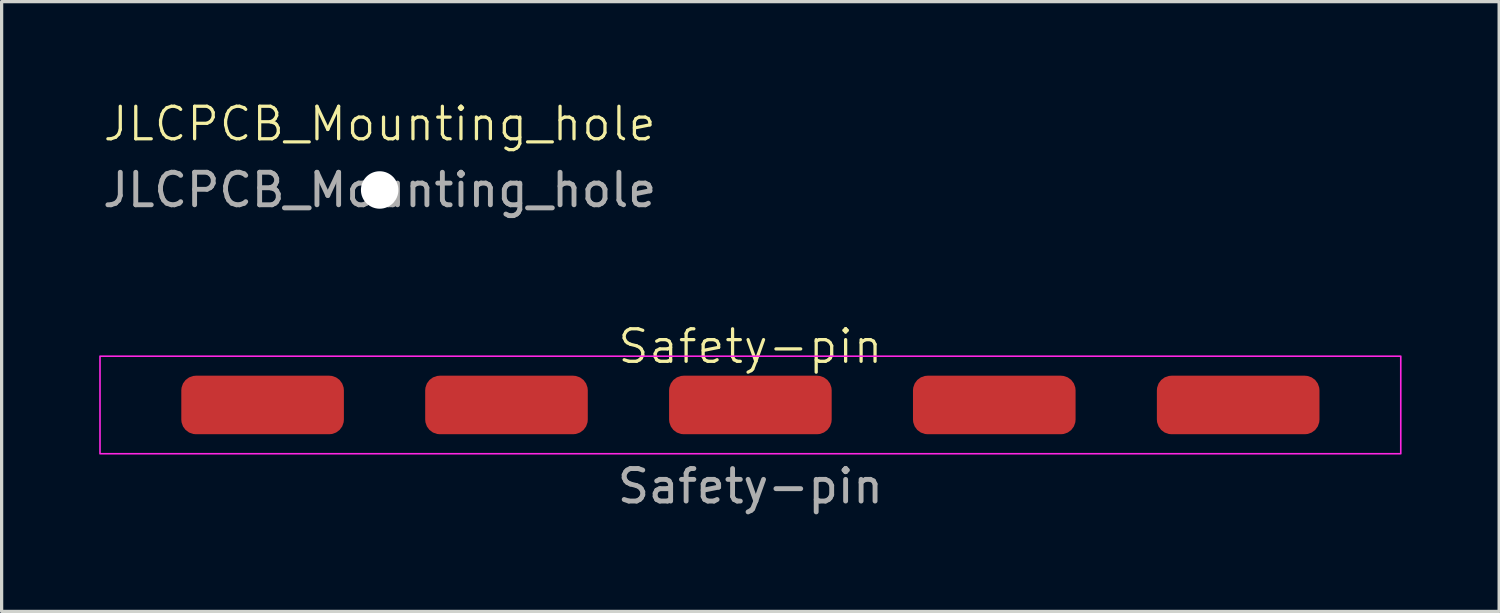
<source format=kicad_pcb>
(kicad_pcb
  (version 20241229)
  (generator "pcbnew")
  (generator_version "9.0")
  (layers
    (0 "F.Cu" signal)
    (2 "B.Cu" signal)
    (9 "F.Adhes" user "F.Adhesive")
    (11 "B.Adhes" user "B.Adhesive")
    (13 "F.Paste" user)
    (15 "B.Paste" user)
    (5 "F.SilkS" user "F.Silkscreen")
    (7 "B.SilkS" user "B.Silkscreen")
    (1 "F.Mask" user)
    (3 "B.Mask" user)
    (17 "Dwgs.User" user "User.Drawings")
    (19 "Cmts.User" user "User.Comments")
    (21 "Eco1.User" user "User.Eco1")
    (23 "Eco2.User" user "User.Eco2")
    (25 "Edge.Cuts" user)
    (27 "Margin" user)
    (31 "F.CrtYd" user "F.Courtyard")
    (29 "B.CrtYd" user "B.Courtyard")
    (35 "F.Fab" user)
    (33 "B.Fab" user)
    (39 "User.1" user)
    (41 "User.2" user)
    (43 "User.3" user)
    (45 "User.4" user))
  (footprint "JLCPCB_Mounting_hole"
    (layer "F.Cu")
    (at 8.625 2.792)
    (property "Reference" "JLCPCB_Mounting_hole" (at 0 -2.032 0) (unlocked yes) (layer "F.SilkS") (effects (font (size 1 1) (thickness 0.1))))
    (attr exclude_from_pos_files exclude_from_bom)
    (fp_circle (center 0 0) (end 1 0) (stroke (width 0.1) (type default)) (fill no) (layer "Margin"))
    (fp_text user "${REFERENCE}" (at 0 0 0) (unlocked yes) (layer "F.Fab") (effects (font (size 1 1) (thickness 0.15))))
    (pad "" np_thru_hole circle (at 0 0) (size 1.152 1.152) (drill 1.152) (layers "*.Cu" "*.Mask")))
  (footprint "Safety-pin"
    (layer "F.Cu")
    (at 20.025 9.403)
    (property "Reference" "Safety-pin" (at 0 -1.8 0) (unlocked yes) (layer "F.SilkS") (effects (font (size 1 1) (thickness 0.1))))
    (attr smd)
    (fp_rect (start -20 -1.5) (end 20 1.5) (stroke (width 0.05) (type default)) (fill no) (layer "F.CrtYd"))
    (fp_text user "${REFERENCE}" (at 0 2.5 0) (unlocked yes) (layer "F.Fab") (effects (font (size 1 1) (thickness 0.15))))
    (pad "MP" smd roundrect (at -15 0) (size 5 1.8) (layers "F.Cu" "F.Mask" "F.Paste") (roundrect_rratio 0.25))
    (pad "MP" smd roundrect (at -7.5 0) (size 5 1.8) (layers "F.Cu" "F.Mask" "F.Paste") (roundrect_rratio 0.25))
    (pad "MP" smd roundrect (at 0 0) (size 5 1.8) (layers "F.Cu" "F.Mask" "F.Paste") (roundrect_rratio 0.25))
    (pad "MP" smd roundrect (at 7.5 0) (size 5 1.8) (layers "F.Cu" "F.Mask" "F.Paste") (roundrect_rratio 0.25))
    (pad "MP" smd roundrect (at 15 0) (size 5 1.8) (layers "F.Cu" "F.Mask" "F.Paste") (roundrect_rratio 0.25)))
  (gr_rect
    (start -3 -3)
    (end 43.05 15.751)
    (stroke (width 0.1) (type default))
    (fill no)
    (layer "Edge.Cuts")))
</source>
